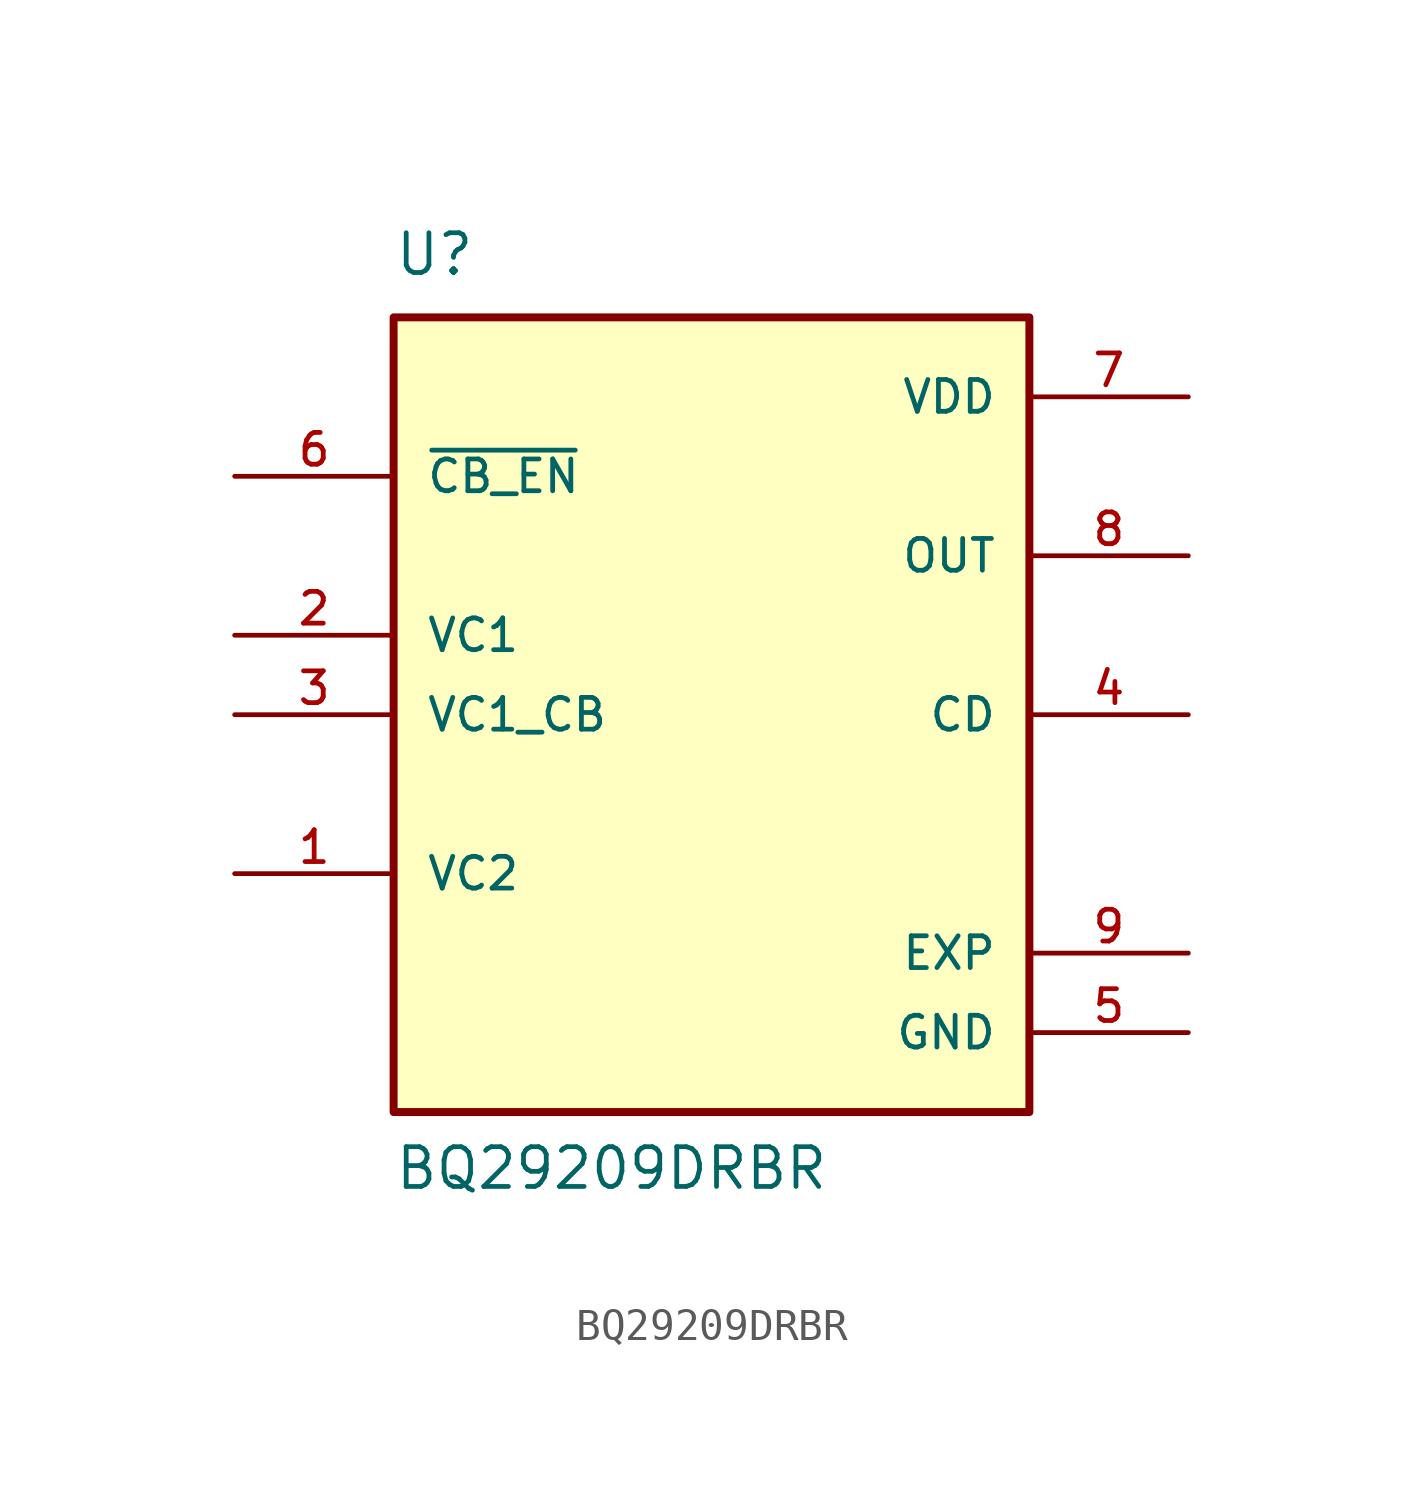
<source format=kicad_sym>
(kicad_symbol_lib
  (version 20211014)
  (generator kicad_symbol_editor)
  (symbol "BQ29209DRBR"
    (pin_names
      (offset 1.016))
    (property "Reference" "U"
      (at -10.16 13.97 0)
      (effects (font (size 1.27 1.27)) (justify bottom left)))
    (property "Value" "BQ29209DRBR"
      (at -10.16 -15.24 0)
      (effects (font (size 1.27 1.27)) (justify bottom left)))
    (symbol "BQ29209DRBR_0_0"
      (rectangle (start -10.16 -12.7) (end 10.16 12.7) (stroke (width 0.254)) (fill (type background)))
      (pin power_in line (at 15.24 -10.16 180.0) (length 5.08) (name "GND" (effects (font (size 1.016 1.016)))) (number "5" (effects (font (size 1.016 1.016)))))
      (pin power_in line (at 15.24 -7.62 180.0) (length 5.08) (name "EXP" (effects (font (size 1.016 1.016)))) (number "9" (effects (font (size 1.016 1.016)))))
      (pin input line (at -15.24 -5.08 0) (length 5.08) (name "VC2" (effects (font (size 1.016 1.016)))) (number "1" (effects (font (size 1.016 1.016)))))
      (pin input line (at -15.24 2.54 0) (length 5.08) (name "VC1" (effects (font (size 1.016 1.016)))) (number "2" (effects (font (size 1.016 1.016)))))
      (pin input line (at -15.24 0.0 0) (length 5.08) (name "VC1_CB" (effects (font (size 1.016 1.016)))) (number "3" (effects (font (size 1.016 1.016)))))
      (pin passive line (at 15.24 0.0 180.0) (length 5.08) (name "CD" (effects (font (size 1.016 1.016)))) (number "4" (effects (font (size 1.016 1.016)))))
      (pin output line (at 15.24 5.08 180.0) (length 5.08) (name "OUT" (effects (font (size 1.016 1.016)))) (number "8" (effects (font (size 1.016 1.016)))))
      (pin power_in line (at 15.24 10.16 180.0) (length 5.08) (name "VDD" (effects (font (size 1.016 1.016)))) (number "7" (effects (font (size 1.016 1.016)))))
      (pin input line (at -15.24 7.62 0) (length 5.08) (name "~{CB_EN}" (effects (font (size 1.016 1.016)))) (number "6" (effects (font (size 1.016 1.016))))))))
</source>
